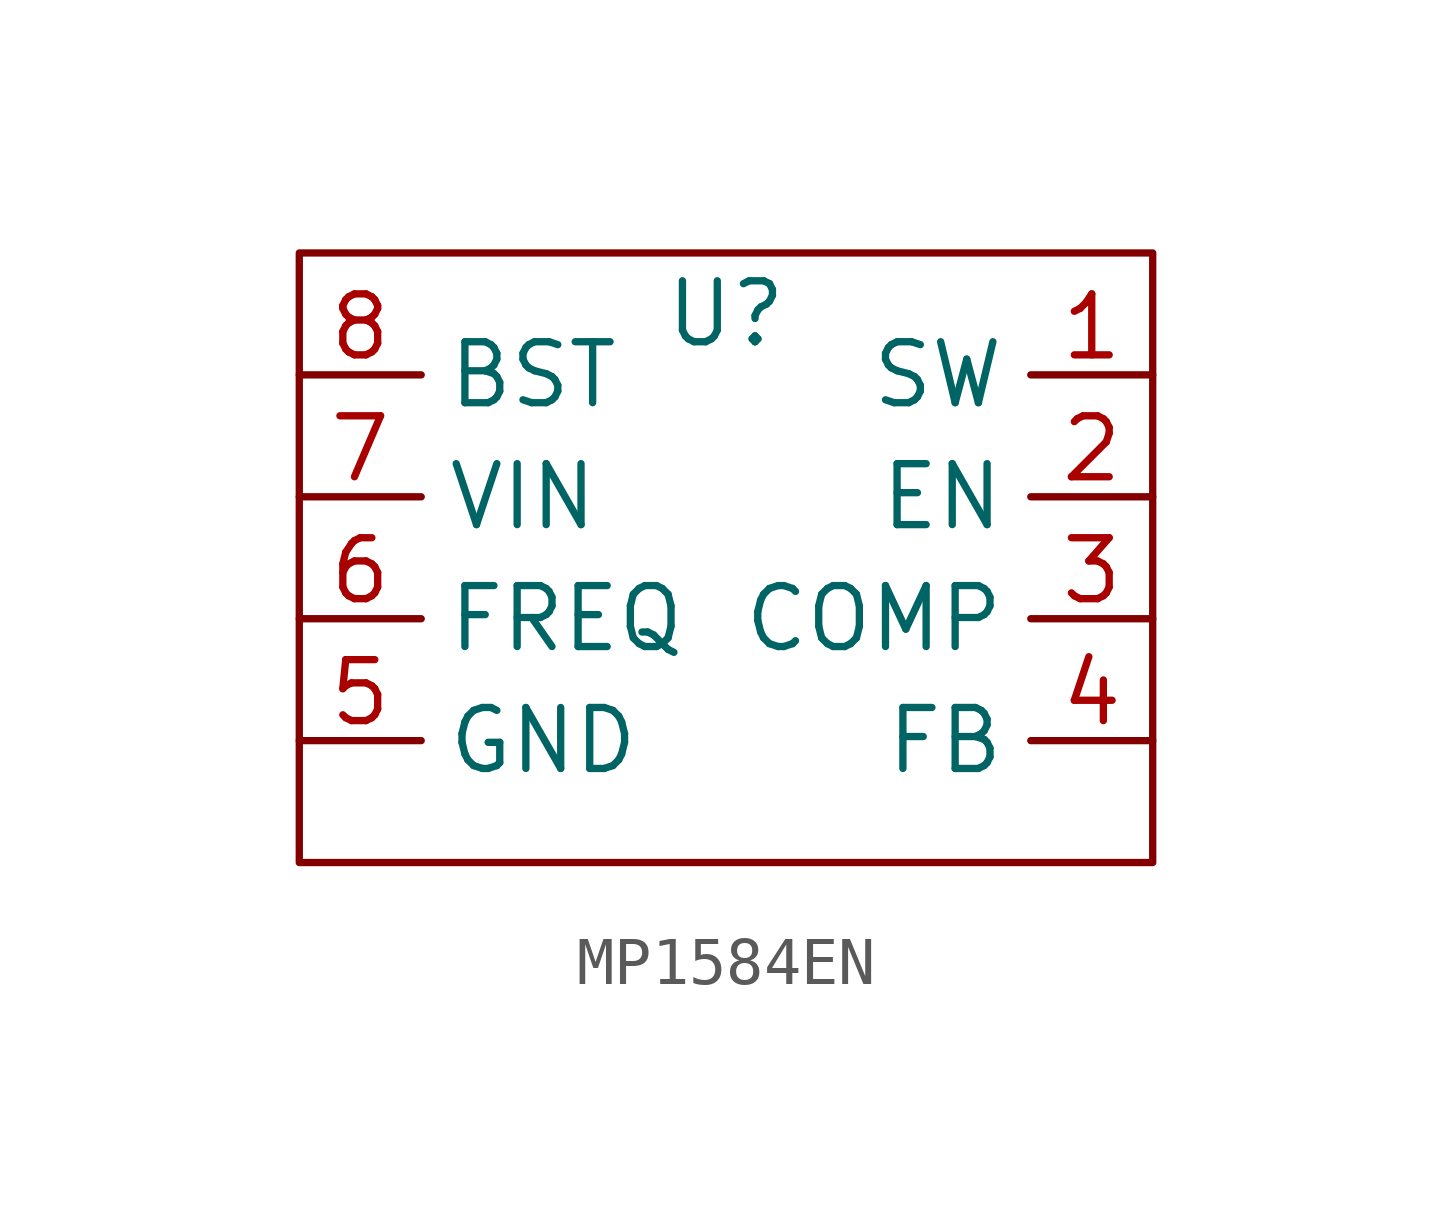
<source format=kicad_sym>
(kicad_symbol_lib
  (version 20241209)
  (generator "kicad_symbol_editor")
  (generator_version "9.0")
  (symbol "MP1584EN"
    (property "Reference" "U"
      (at 0 8.89 0)
      (effects (font (size 1.27 1.27))))
    (property "Value" ""
      (at 0 0 0)
      (effects (font (size 1.27 1.27))))
    (symbol "MP1584EN_0_1"
      (rectangle (start -8.89 10.16) (end 8.89 -2.54) (stroke (width 0) (type default)) (fill (type none))))
    (symbol "MP1584EN_1_1"
      (pin passive line (at -8.89 7.62 0) (length 2.54) (name "BST" (effects (font (size 1.27 1.27)))) (number "8" (effects (font (size 1.27 1.27)))))
      (pin power_in line (at -8.89 5.08 0) (length 2.54) (name "VIN" (effects (font (size 1.27 1.27)))) (number "7" (effects (font (size 1.27 1.27)))))
      (pin input line (at -8.89 2.54 0) (length 2.54) (name "FREQ" (effects (font (size 1.27 1.27)))) (number "6" (effects (font (size 1.27 1.27)))))
      (pin power_in line (at -8.89 0 0) (length 2.54) (name "GND" (effects (font (size 1.27 1.27)))) (number "5" (effects (font (size 1.27 1.27)))))
      (pin output line (at 8.89 7.62 180) (length 2.54) (name "SW" (effects (font (size 1.27 1.27)))) (number "1" (effects (font (size 1.27 1.27)))))
      (pin input line (at 8.89 5.08 180) (length 2.54) (name "EN" (effects (font (size 1.27 1.27)))) (number "2" (effects (font (size 1.27 1.27)))))
      (pin output line (at 8.89 2.54 180) (length 2.54) (name "COMP" (effects (font (size 1.27 1.27)))) (number "3" (effects (font (size 1.27 1.27)))))
      (pin input line (at 8.89 0 180) (length 2.54) (name "FB" (effects (font (size 1.27 1.27)))) (number "4" (effects (font (size 1.27 1.27))))))))
</source>
